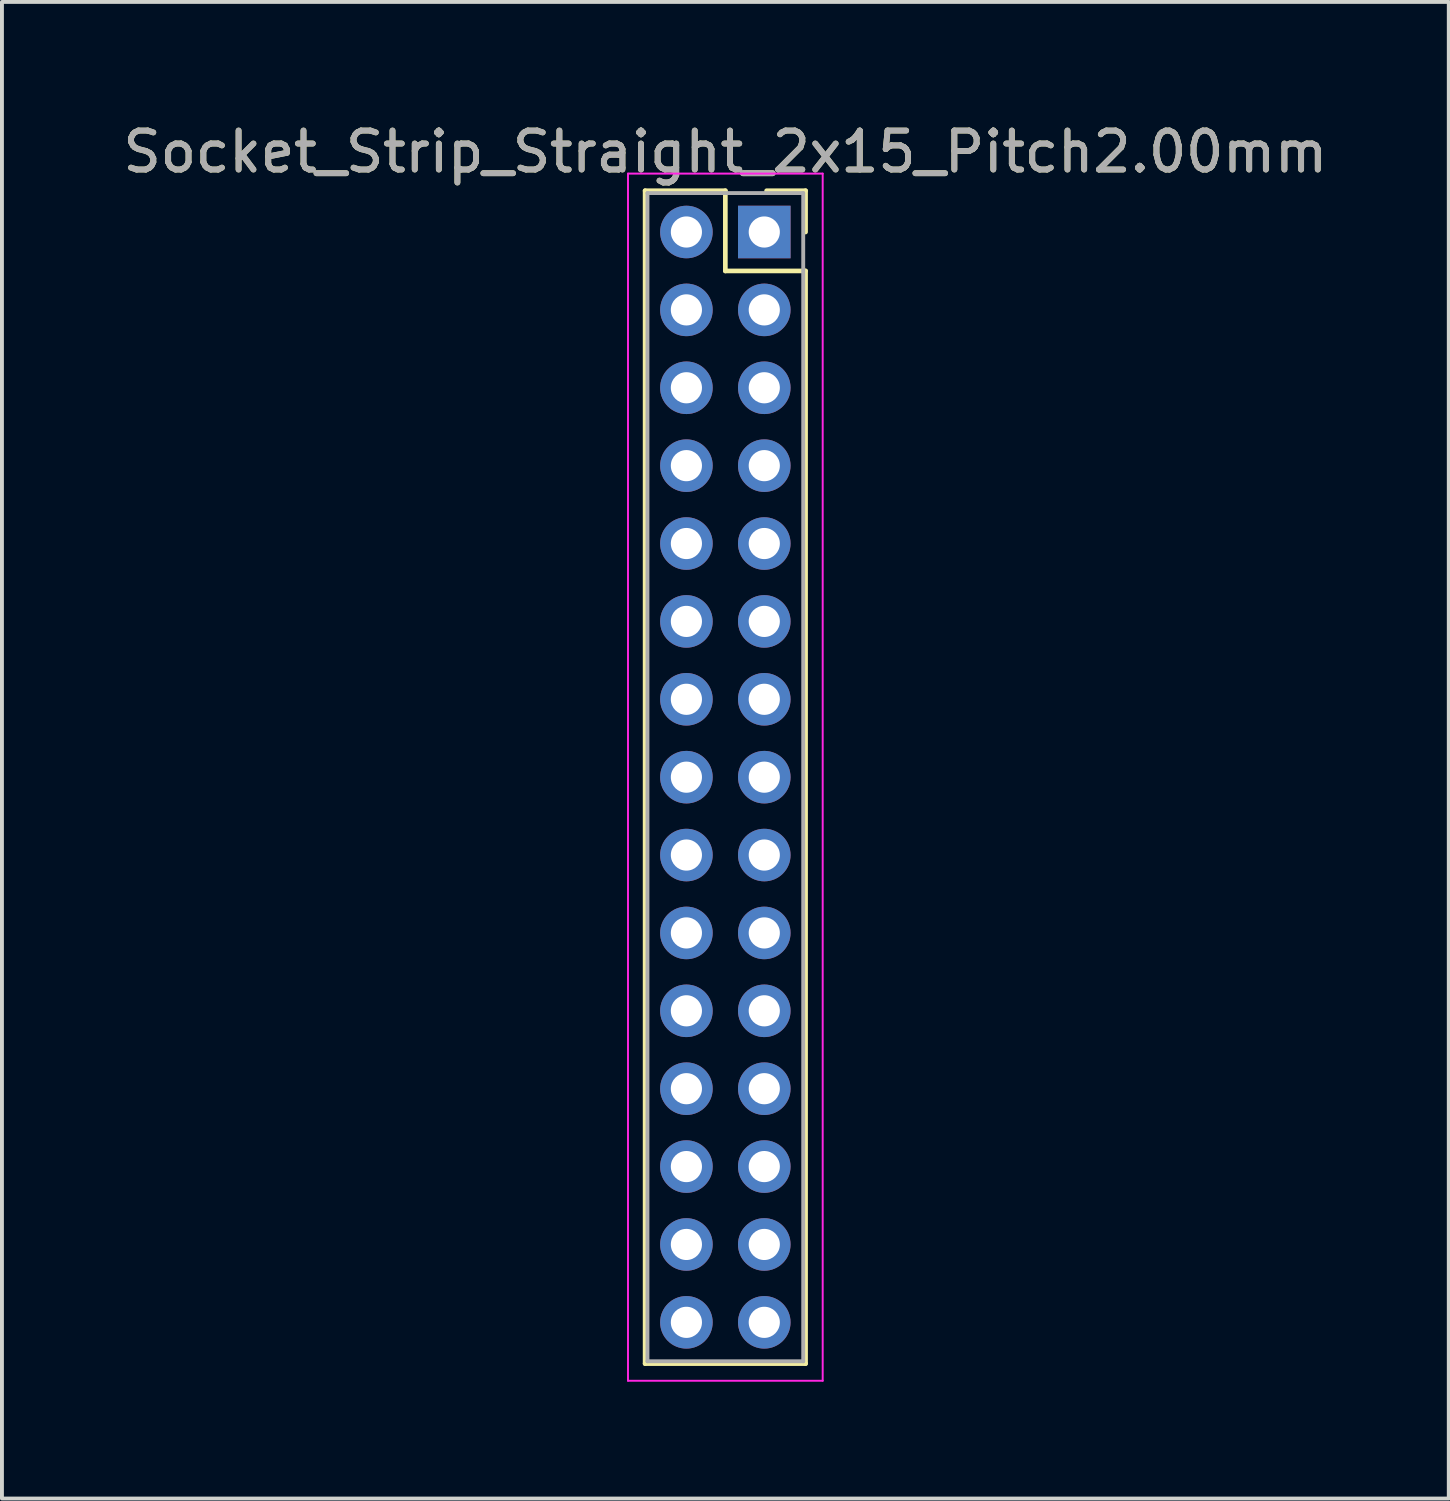
<source format=kicad_pcb>
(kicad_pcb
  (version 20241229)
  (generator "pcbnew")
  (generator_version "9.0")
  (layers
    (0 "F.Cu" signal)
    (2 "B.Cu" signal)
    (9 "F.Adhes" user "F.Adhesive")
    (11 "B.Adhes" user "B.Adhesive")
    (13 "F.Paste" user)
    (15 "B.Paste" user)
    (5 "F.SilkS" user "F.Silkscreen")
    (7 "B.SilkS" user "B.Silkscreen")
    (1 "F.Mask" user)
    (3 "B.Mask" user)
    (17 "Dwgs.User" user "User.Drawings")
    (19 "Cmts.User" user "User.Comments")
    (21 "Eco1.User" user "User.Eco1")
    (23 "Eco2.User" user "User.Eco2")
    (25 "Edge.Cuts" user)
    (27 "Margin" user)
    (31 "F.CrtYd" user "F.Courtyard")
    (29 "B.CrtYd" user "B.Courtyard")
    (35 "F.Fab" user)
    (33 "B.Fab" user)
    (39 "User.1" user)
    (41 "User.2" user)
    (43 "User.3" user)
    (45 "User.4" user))
  (footprint "Socket_Strip_Straight_2x15_Pitch2.00mm"
    (layer "F.Cu")
    (at 16.577 2.908)
    (property "Reference" "Socket_Strip_Straight_2x15_Pitch2.00mm" (at -1 -2.06 0) (layer "F.SilkS") (effects (font (size 1 1) (thickness 0.15))))
    (attr through_hole)
    (fp_line (start -3.06 -1.06) (end -1 -1.06) (stroke (width 0.12) (type solid)) (layer "F.SilkS"))
    (fp_line (start -3.06 29.06) (end -3.06 -1.06) (stroke (width 0.12) (type solid)) (layer "F.SilkS"))
    (fp_line (start -1 -1.06) (end -1 1) (stroke (width 0.12) (type solid)) (layer "F.SilkS"))
    (fp_line (start -1 1) (end 1.06 1) (stroke (width 0.12) (type solid)) (layer "F.SilkS"))
    (fp_line (start 1.06 -1.06) (end 0.06 -1.06) (stroke (width 0.12) (type solid)) (layer "F.SilkS"))
    (fp_line (start 1.06 0) (end 1.06 -1.06) (stroke (width 0.12) (type solid)) (layer "F.SilkS"))
    (fp_line (start 1.06 1) (end 1.06 29.06) (stroke (width 0.12) (type solid)) (layer "F.SilkS"))
    (fp_line (start 1.06 29.06) (end -3.06 29.06) (stroke (width 0.12) (type solid)) (layer "F.SilkS"))
    (fp_line (start -3.5 -1.5) (end -3.5 29.5) (stroke (width 0.05) (type solid)) (layer "F.CrtYd"))
    (fp_line (start -3.5 29.5) (end 1.5 29.5) (stroke (width 0.05) (type solid)) (layer "F.CrtYd"))
    (fp_line (start 1.5 -1.5) (end -3.5 -1.5) (stroke (width 0.05) (type solid)) (layer "F.CrtYd"))
    (fp_line (start 1.5 29.5) (end 1.5 -1.5) (stroke (width 0.05) (type solid)) (layer "F.CrtYd"))
    (fp_line (start -3 -1) (end -3 29) (stroke (width 0.1) (type solid)) (layer "F.Fab"))
    (fp_line (start -3 29) (end 1 29) (stroke (width 0.1) (type solid)) (layer "F.Fab"))
    (fp_line (start 1 -1) (end -3 -1) (stroke (width 0.1) (type solid)) (layer "F.Fab"))
    (fp_line (start 1 29) (end 1 -1) (stroke (width 0.1) (type solid)) (layer "F.Fab"))
    (fp_text user "${REFERENCE}" (at -1 -2.06 0) (layer "F.Fab") (effects (font (size 1 1) (thickness 0.15))))
    (pad "1" thru_hole rect (at 0 0) (size 1.35 1.35) (drill 0.8) (layers "*.Cu" "*.Mask"))
    (pad "2" thru_hole oval (at -2 0) (size 1.35 1.35) (drill 0.8) (layers "*.Cu" "*.Mask"))
    (pad "3" thru_hole oval (at 0 2) (size 1.35 1.35) (drill 0.8) (layers "*.Cu" "*.Mask"))
    (pad "4" thru_hole oval (at -2 2) (size 1.35 1.35) (drill 0.8) (layers "*.Cu" "*.Mask"))
    (pad "5" thru_hole oval (at 0 4) (size 1.35 1.35) (drill 0.8) (layers "*.Cu" "*.Mask"))
    (pad "6" thru_hole oval (at -2 4) (size 1.35 1.35) (drill 0.8) (layers "*.Cu" "*.Mask"))
    (pad "7" thru_hole oval (at 0 6) (size 1.35 1.35) (drill 0.8) (layers "*.Cu" "*.Mask"))
    (pad "8" thru_hole oval (at -2 6) (size 1.35 1.35) (drill 0.8) (layers "*.Cu" "*.Mask"))
    (pad "9" thru_hole oval (at 0 8) (size 1.35 1.35) (drill 0.8) (layers "*.Cu" "*.Mask"))
    (pad "10" thru_hole oval (at -2 8) (size 1.35 1.35) (drill 0.8) (layers "*.Cu" "*.Mask"))
    (pad "11" thru_hole oval (at 0 10) (size 1.35 1.35) (drill 0.8) (layers "*.Cu" "*.Mask"))
    (pad "12" thru_hole oval (at -2 10) (size 1.35 1.35) (drill 0.8) (layers "*.Cu" "*.Mask"))
    (pad "13" thru_hole oval (at 0 12) (size 1.35 1.35) (drill 0.8) (layers "*.Cu" "*.Mask"))
    (pad "14" thru_hole oval (at -2 12) (size 1.35 1.35) (drill 0.8) (layers "*.Cu" "*.Mask"))
    (pad "15" thru_hole oval (at 0 14) (size 1.35 1.35) (drill 0.8) (layers "*.Cu" "*.Mask"))
    (pad "16" thru_hole oval (at -2 14) (size 1.35 1.35) (drill 0.8) (layers "*.Cu" "*.Mask"))
    (pad "17" thru_hole oval (at 0 16) (size 1.35 1.35) (drill 0.8) (layers "*.Cu" "*.Mask"))
    (pad "18" thru_hole oval (at -2 16) (size 1.35 1.35) (drill 0.8) (layers "*.Cu" "*.Mask"))
    (pad "19" thru_hole oval (at 0 18) (size 1.35 1.35) (drill 0.8) (layers "*.Cu" "*.Mask"))
    (pad "20" thru_hole oval (at -2 18) (size 1.35 1.35) (drill 0.8) (layers "*.Cu" "*.Mask"))
    (pad "21" thru_hole oval (at 0 20) (size 1.35 1.35) (drill 0.8) (layers "*.Cu" "*.Mask"))
    (pad "22" thru_hole oval (at -2 20) (size 1.35 1.35) (drill 0.8) (layers "*.Cu" "*.Mask"))
    (pad "23" thru_hole oval (at 0 22) (size 1.35 1.35) (drill 0.8) (layers "*.Cu" "*.Mask"))
    (pad "24" thru_hole oval (at -2 22) (size 1.35 1.35) (drill 0.8) (layers "*.Cu" "*.Mask"))
    (pad "25" thru_hole oval (at 0 24) (size 1.35 1.35) (drill 0.8) (layers "*.Cu" "*.Mask"))
    (pad "26" thru_hole oval (at -2 24) (size 1.35 1.35) (drill 0.8) (layers "*.Cu" "*.Mask"))
    (pad "27" thru_hole oval (at 0 26) (size 1.35 1.35) (drill 0.8) (layers "*.Cu" "*.Mask"))
    (pad "28" thru_hole oval (at -2 26) (size 1.35 1.35) (drill 0.8) (layers "*.Cu" "*.Mask"))
    (pad "29" thru_hole oval (at 0 28) (size 1.35 1.35) (drill 0.8) (layers "*.Cu" "*.Mask"))
    (pad "30" thru_hole oval (at -2 28) (size 1.35 1.35) (drill 0.8) (layers "*.Cu" "*.Mask")))
  (gr_rect
    (start -3 -3)
    (end 34.155 35.433)
    (stroke (width 0.1) (type default))
    (fill no)
    (layer "Edge.Cuts")))
</source>
